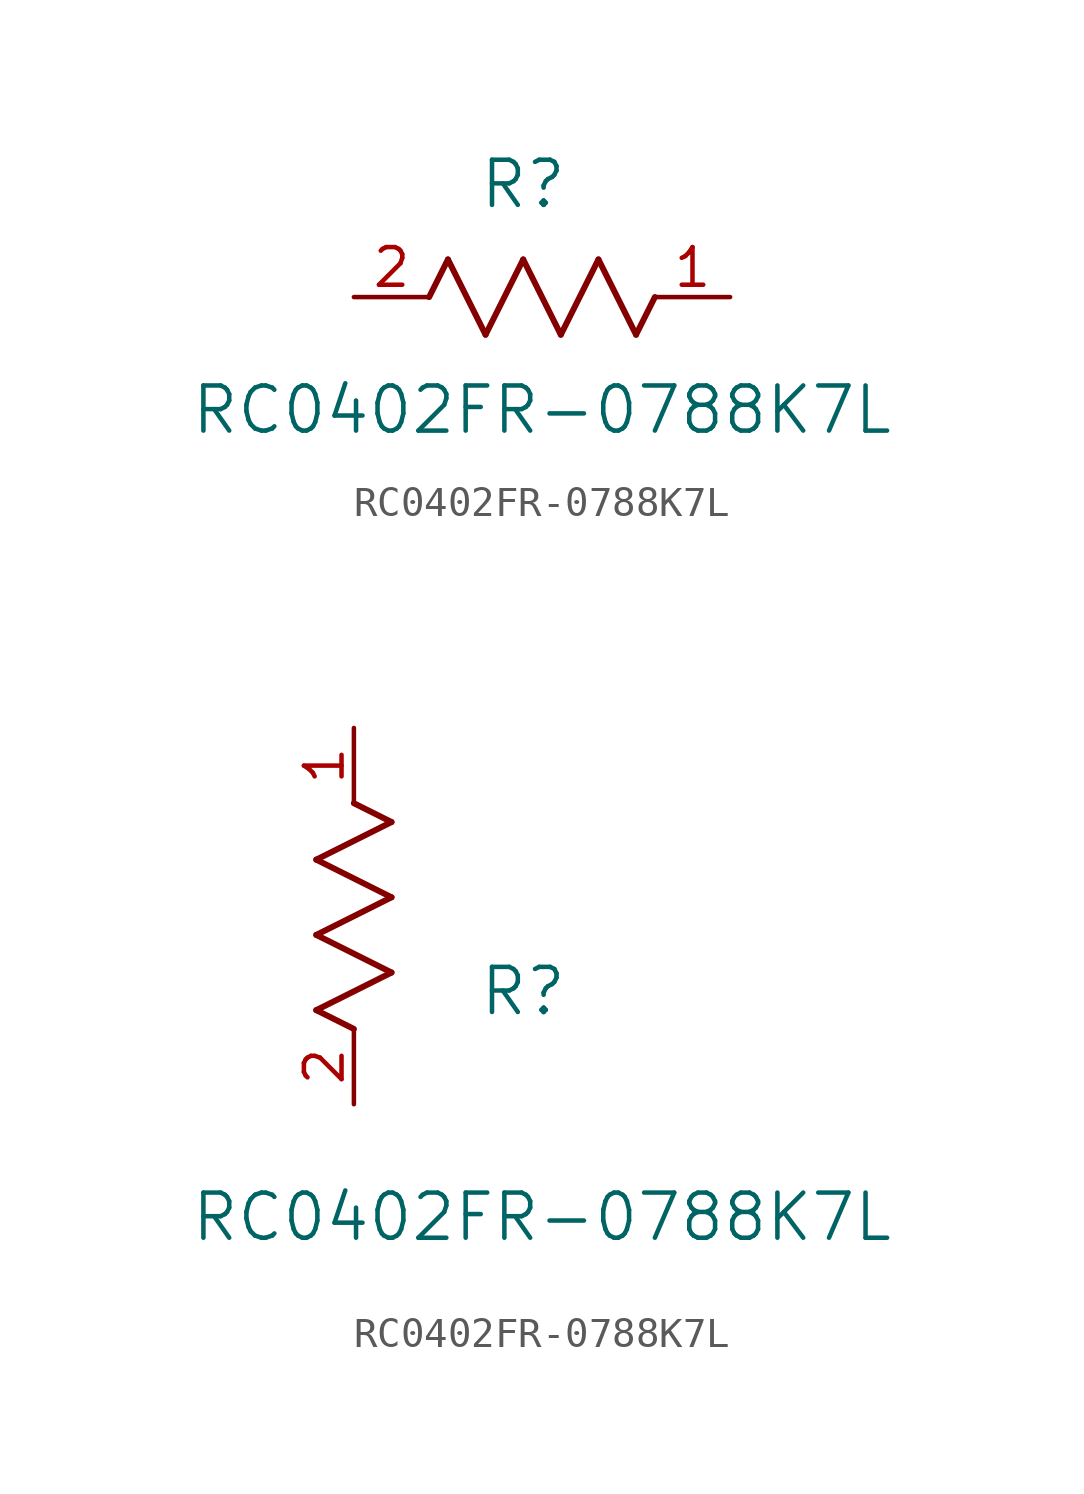
<source format=kicad_sym>
(kicad_symbol_lib
  (version 20211014)
  (generator kicad_symbol_editor)
  (symbol "RC0402FR-0788K7L"
    (pin_names
      (offset 0.254))
    (property "Reference" "R"
      (at 5.715 3.81 0)
      (effects (font (size 1.524 1.524))))
    (property "Value" "RC0402FR-0788K7L"
      (at 6.35 -3.81 0)
      (effects (font (size 1.524 1.524))))
    (symbol "RC0402FR-0788K7L_1_1"
      (polyline (pts (xy 3.175 1.27) (xy 4.445 -1.27)) (stroke (width 0.203) (type default) (color 0 0 0 0)) (fill (type none)))
      (polyline (pts (xy 4.445 -1.27) (xy 5.715 1.27)) (stroke (width 0.203) (type default) (color 0 0 0 0)) (fill (type none)))
      (polyline (pts (xy 5.715 1.27) (xy 6.985 -1.27)) (stroke (width 0.203) (type default) (color 0 0 0 0)) (fill (type none)))
      (polyline (pts (xy 6.985 -1.27) (xy 8.255 1.27)) (stroke (width 0.203) (type default) (color 0 0 0 0)) (fill (type none)))
      (polyline (pts (xy 8.255 1.27) (xy 9.525 -1.27)) (stroke (width 0.203) (type default) (color 0 0 0 0)) (fill (type none)))
      (polyline (pts (xy 2.54 0) (xy 3.175 1.27)) (stroke (width 0.203) (type default) (color 0 0 0 0)) (fill (type none)))
      (polyline (pts (xy 9.525 -1.27) (xy 10.16 0)) (stroke (width 0.203) (type default) (color 0 0 0 0)) (fill (type none)))
      (pin unspecified line (at 12.7 0 180) (length 2.54) (name "" (effects (font (size 1.27 1.27)))) (number "1" (effects (font (size 1.27 1.27)))))
      (pin unspecified line (at 0 0 0) (length 2.54) (name "" (effects (font (size 1.27 1.27)))) (number "2" (effects (font (size 1.27 1.27))))))
    (symbol "RC0402FR-0788K7L_1_2"
      (polyline (pts (xy 0 2.54) (xy -1.27 3.175)) (stroke (width 0.203) (type default) (color 0 0 0 0)) (fill (type none)))
      (polyline (pts (xy -1.27 3.175) (xy 1.27 4.445)) (stroke (width 0.203) (type default) (color 0 0 0 0)) (fill (type none)))
      (polyline (pts (xy 1.27 4.445) (xy -1.27 5.715)) (stroke (width 0.203) (type default) (color 0 0 0 0)) (fill (type none)))
      (polyline (pts (xy -1.27 5.715) (xy 1.27 6.985)) (stroke (width 0.203) (type default) (color 0 0 0 0)) (fill (type none)))
      (polyline (pts (xy -1.27 8.255) (xy 1.27 9.525)) (stroke (width 0.203) (type default) (color 0 0 0 0)) (fill (type none)))
      (polyline (pts (xy 1.27 9.525) (xy 0 10.16)) (stroke (width 0.203) (type default) (color 0 0 0 0)) (fill (type none)))
      (polyline (pts (xy 1.27 6.985) (xy -1.27 8.255)) (stroke (width 0.203) (type default) (color 0 0 0 0)) (fill (type none)))
      (pin unspecified line (at 0 12.7 270) (length 2.54) (name "" (effects (font (size 1.27 1.27)))) (number "1" (effects (font (size 1.27 1.27)))))
      (pin unspecified line (at 0 0 90) (length 2.54) (name "" (effects (font (size 1.27 1.27)))) (number "2" (effects (font (size 1.27 1.27))))))))
</source>
